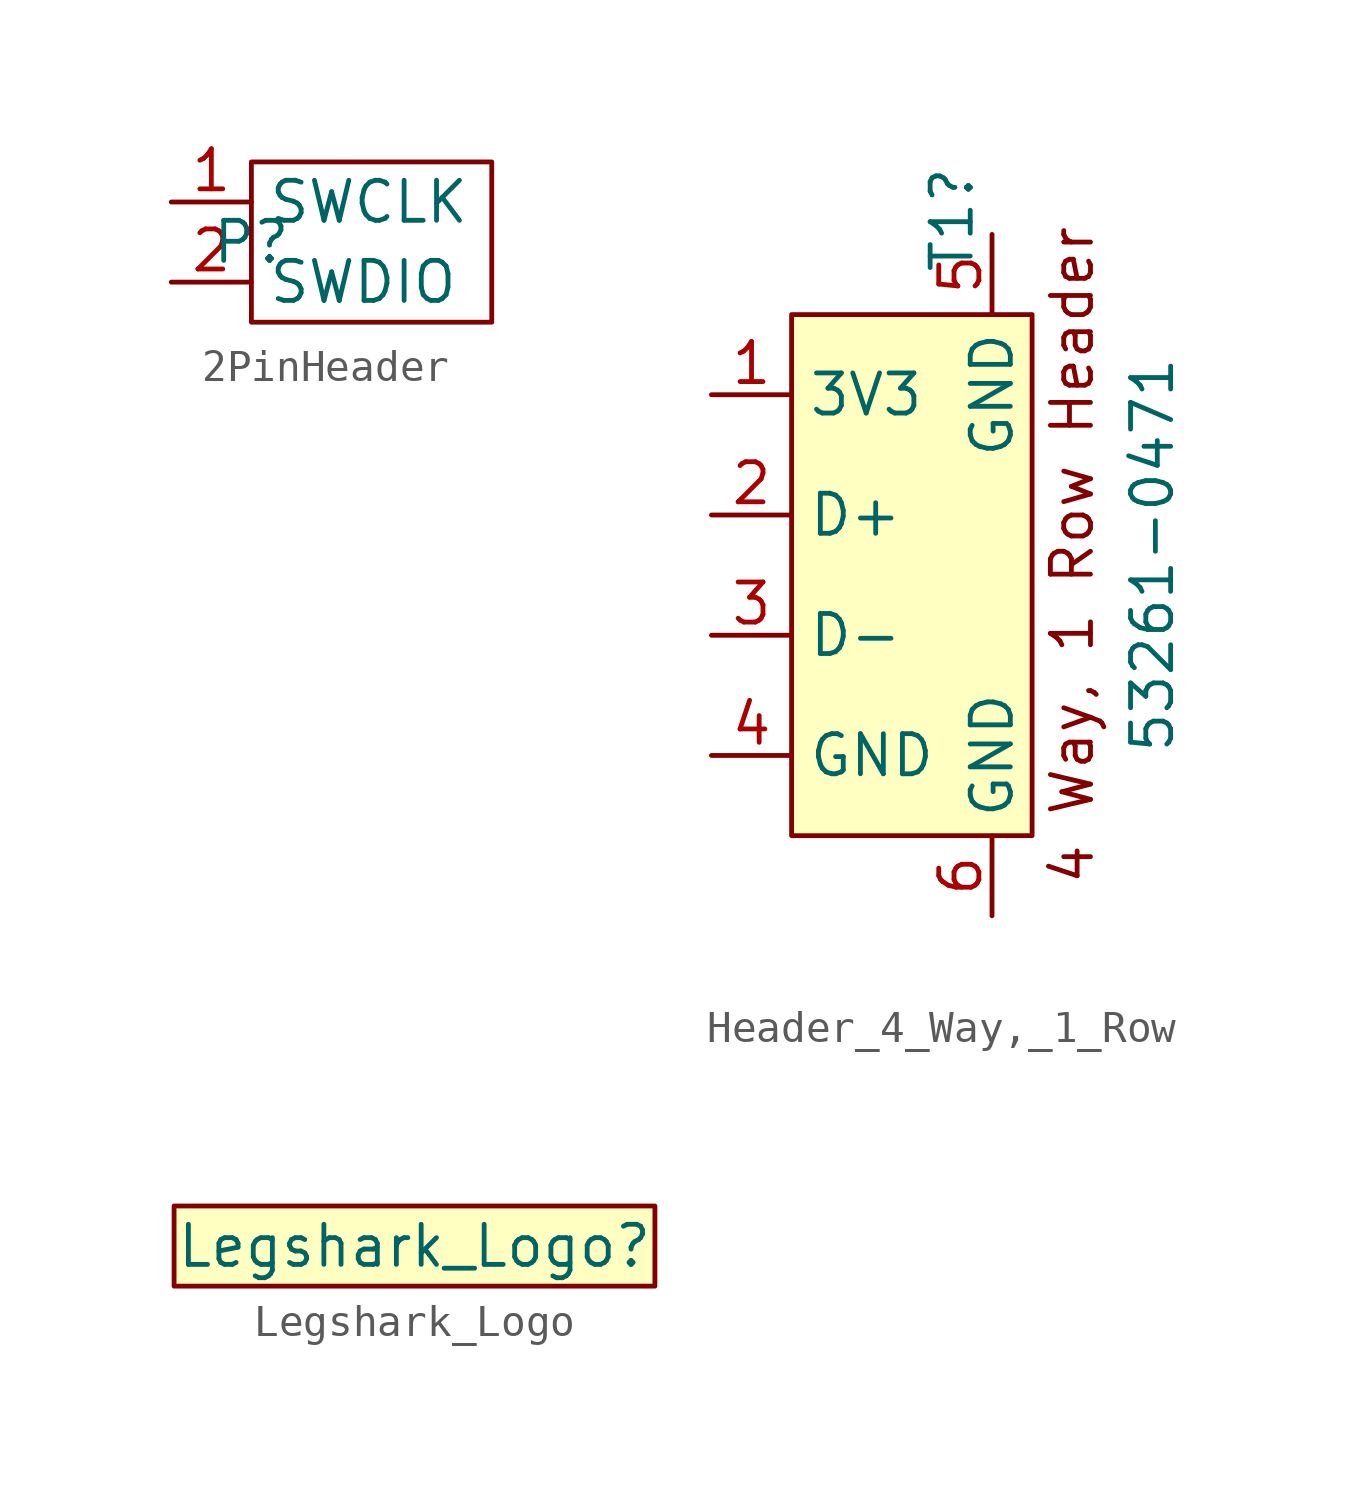
<source format=kicad_sym>
(kicad_symbol_lib
  (version 20220914)
  (generator kicad_symbol_editor)
  (symbol "2PinHeader"
    (property "Reference" "P"
      (at 0 0 0)
      (effects (font (size 1.27 1.27))))
    (property "Value" ""
      (at 0 0 0)
      (effects (font (size 1.27 1.27))))
    (symbol "2PinHeader_0_1"
      (rectangle (start 0 2.54) (end 7.62 -2.54) (stroke (width 0) (type default)) (fill (type none))))
    (symbol "2PinHeader_1_1"
      (pin bidirectional line (at -2.54 1.27 0) (length 2.54) (name "SWCLK" (effects (font (size 1.27 1.27)))) (number "1" (effects (font (size 1.27 1.27)))))
      (pin bidirectional line (at -2.54 -1.27 0) (length 2.54) (name "SWDIO" (effects (font (size 1.27 1.27)))) (number "2" (effects (font (size 1.27 1.27)))))))
  (symbol "Header_4_Way,_1_Row"
    (property "Reference" "T1"
      (at 1.27 8.89 90)
      (effects (font (size 1.27 1.27)) (justify left)))
    (property "Value" "53261-0471"
      (at 7.62 0 90)
      (effects (font (size 1.27 1.27))))
    (symbol "Header_4_Way,_1_Row_1_0"
      (pin bidirectional line (at 2.54 10.16 270) (length 2.54) (name "GND" (effects (font (size 1.27 1.27)))) (number "5" (effects (font (size 1.27 1.27)))))
      (pin bidirectional line (at 2.54 -11.43 90) (length 2.54) (name "GND" (effects (font (size 1.27 1.27)))) (number "6" (effects (font (size 1.27 1.27))))))
    (symbol "Header_4_Way,_1_Row_1_1"
      (rectangle (start -3.81 7.62) (end 3.81 -8.89) (stroke (width 0) (type default)) (fill (type background)))
      (text "4 Way, 1 Row Header" (at 5.08 0 900) (effects (font (size 1.27 1.27))))
      (pin bidirectional line (at -6.35 5.08 0) (length 2.54) (name "3V3" (effects (font (size 1.27 1.27)))) (number "1" (effects (font (size 1.27 1.27)))))
      (pin bidirectional line (at -6.35 1.27 0) (length 2.54) (name "D+" (effects (font (size 1.27 1.27)))) (number "2" (effects (font (size 1.27 1.27)))))
      (pin bidirectional line (at -6.35 -2.54 0) (length 2.54) (name "D-" (effects (font (size 1.27 1.27)))) (number "3" (effects (font (size 1.27 1.27)))))
      (pin bidirectional line (at -6.35 -6.35 0) (length 2.54) (name "GND" (effects (font (size 1.27 1.27)))) (number "4" (effects (font (size 1.27 1.27)))))))
  (symbol "Legshark_Logo"
    (pin_numbers hide)
    (pin_names
      (offset 0) hide)
    (property "Reference" "Legshark_Logo"
      (at 0 0 0)
      (effects (font (size 1.27 1.27))))
    (property "Value" ""
      (at 0 0 0)
      (effects (font (size 1.27 1.27))))
    (symbol "Legshark_Logo_1_1"
      (rectangle (start -7.62 1.27) (end 7.62 -1.27) (stroke (width 0) (type default)) (fill (type background))))))
</source>
